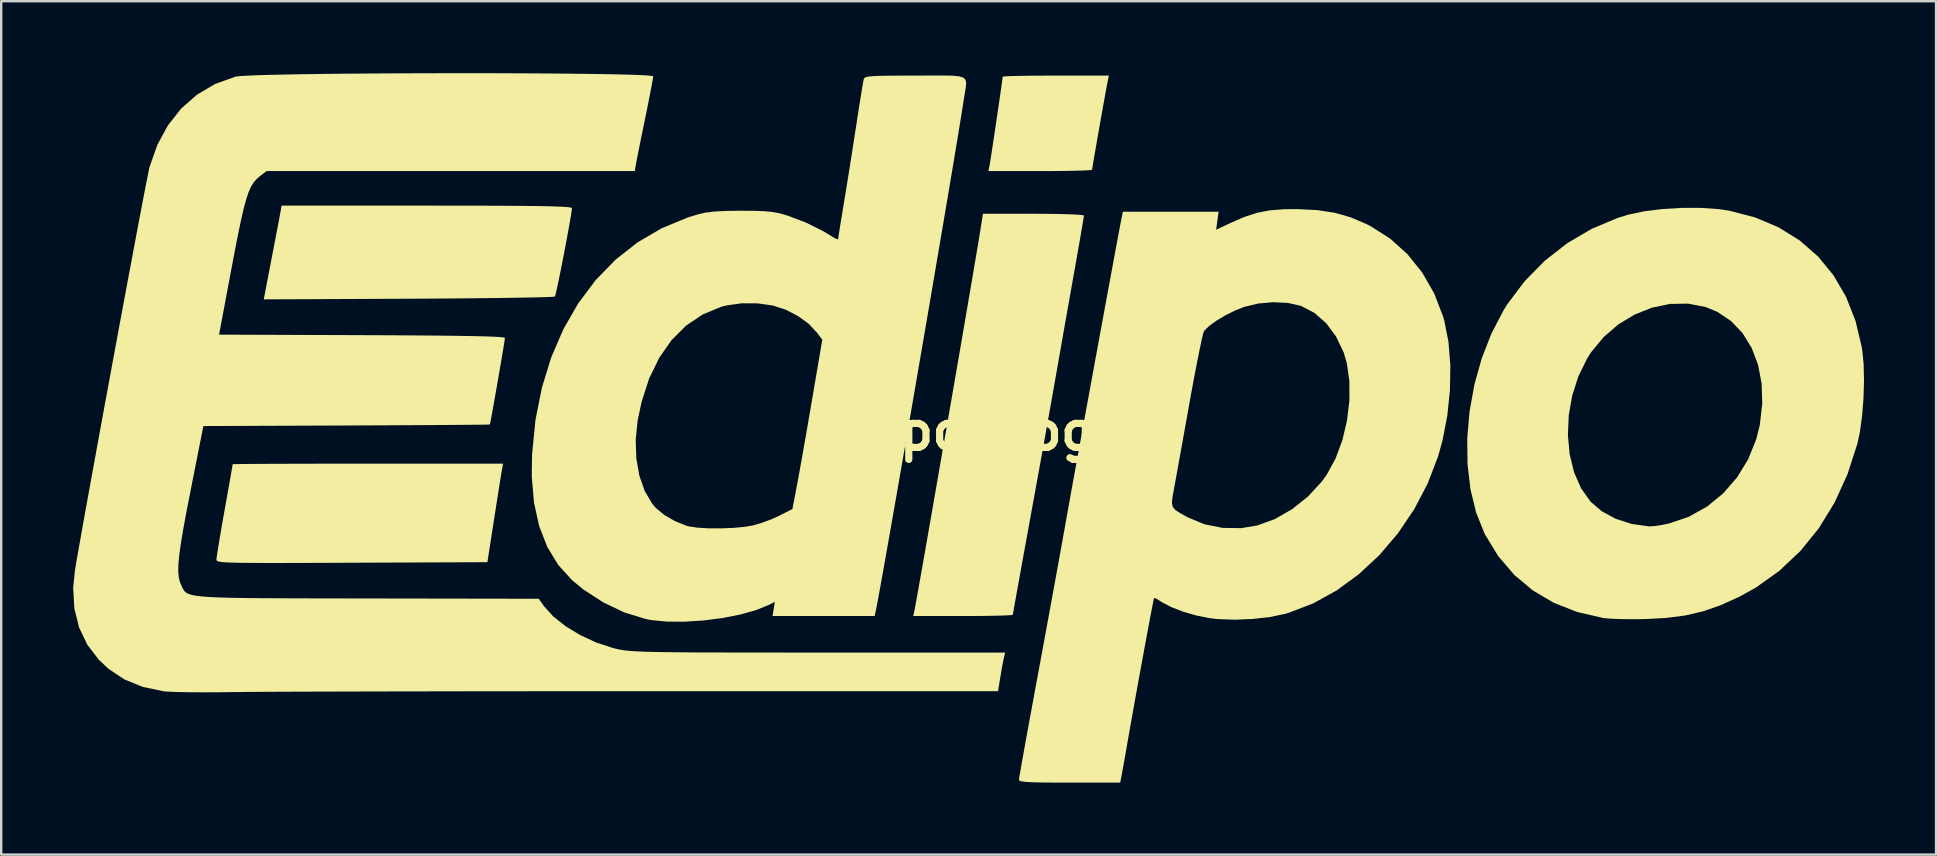
<source format=kicad_pcb>
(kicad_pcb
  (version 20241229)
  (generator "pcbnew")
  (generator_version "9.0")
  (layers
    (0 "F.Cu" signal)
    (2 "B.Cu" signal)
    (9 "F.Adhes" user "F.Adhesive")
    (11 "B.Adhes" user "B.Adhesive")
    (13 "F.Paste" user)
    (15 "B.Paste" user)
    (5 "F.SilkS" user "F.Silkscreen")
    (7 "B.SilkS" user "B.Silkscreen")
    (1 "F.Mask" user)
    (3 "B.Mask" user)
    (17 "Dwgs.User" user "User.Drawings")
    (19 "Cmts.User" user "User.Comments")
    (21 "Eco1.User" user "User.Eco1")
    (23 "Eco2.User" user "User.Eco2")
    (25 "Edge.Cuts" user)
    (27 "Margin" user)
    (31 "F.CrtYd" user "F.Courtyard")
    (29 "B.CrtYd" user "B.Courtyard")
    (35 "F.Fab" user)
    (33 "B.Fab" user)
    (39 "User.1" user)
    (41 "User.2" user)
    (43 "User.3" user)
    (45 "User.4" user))
  (footprint "Edipo2Logo"
    (layer "F.Cu")
    (at 37.465 14.917)
    (property "Reference" "Edipo2Logo" (at 0 0 0) (layer "F.SilkS") (effects (font (size 1.5 1.5) (thickness 0.3))))
    (attr board_only exclude_from_pos_files exclude_from_bom)
    (fp_poly (pts (xy 5.638 -14.541) (xy 5.602 -14.355) (xy 5.547 -14.051) (xy 5.476 -13.658) (xy 5.395 -13.206) (xy 5.31 -12.726) (xy 5.226 -12.246) (xy 5.147 -11.797) (xy 5.08 -11.408) (xy 5.029 -11.109) (xy 5 -10.929) (xy 4.995 -10.892) (xy 4.914 -10.877) (xy 4.687 -10.864) (xy 4.334 -10.853) (xy 3.88 -10.844) (xy 3.346 -10.839) (xy 2.835 -10.837) (xy 0.674 -10.837) (xy 0.716 -11.028) (xy 0.738 -11.155) (xy 0.779 -11.414) (xy 0.835 -11.776) (xy 0.9 -12.211) (xy 0.972 -12.689) (xy 1.044 -13.179) (xy 1.114 -13.652) (xy 1.175 -14.078) (xy 1.225 -14.426) (xy 1.258 -14.668) (xy 1.27 -14.772) (xy 1.27 -14.772) (xy 1.351 -14.784) (xy 1.579 -14.795) (xy 1.932 -14.804) (xy 2.388 -14.811) (xy 2.925 -14.815) (xy 3.482 -14.817) (xy 5.694 -14.817)) (stroke (width 0) (type solid)) (fill yes) (layer "F.SilkS"))
    (fp_poly (pts (xy -21.527 -9.397) (xy -20.484 -9.396) (xy -19.591 -9.392) (xy -18.839 -9.388) (xy -18.217 -9.381) (xy -17.715 -9.373) (xy -17.325 -9.362) (xy -17.036 -9.349) (xy -16.839 -9.334) (xy -16.724 -9.316) (xy -16.681 -9.296) (xy -16.68 -9.292) (xy -16.697 -9.149) (xy -16.74 -8.879) (xy -16.804 -8.511) (xy -16.883 -8.075) (xy -16.973 -7.601) (xy -17.066 -7.118) (xy -17.158 -6.656) (xy -17.242 -6.244) (xy -17.313 -5.913) (xy -17.365 -5.691) (xy -17.392 -5.609) (xy -17.485 -5.598) (xy -17.734 -5.587) (xy -18.125 -5.576) (xy -18.644 -5.566) (xy -19.278 -5.555) (xy -20.014 -5.546) (xy -20.837 -5.537) (xy -21.734 -5.529) (xy -22.692 -5.522) (xy -23.49 -5.518) (xy -29.524 -5.491) (xy -29.209 -7.127) (xy -29.108 -7.654) (xy -29.014 -8.145) (xy -28.933 -8.567) (xy -28.872 -8.888) (xy -28.837 -9.076) (xy -28.837 -9.081) (xy -28.779 -9.398) (xy -22.729 -9.398)) (stroke (width 0) (type solid)) (fill yes) (layer "F.SilkS"))
    (fp_poly (pts (xy -19.601 1.63) (xy -19.629 1.795) (xy -19.678 2.098) (xy -19.743 2.509) (xy -19.82 2.998) (xy -19.904 3.537) (xy -19.927 3.683) (xy -20.203 5.461) (xy -25.849 5.484) (xy -26.966 5.489) (xy -27.924 5.492) (xy -28.737 5.494) (xy -29.417 5.494) (xy -29.975 5.492) (xy -30.424 5.488) (xy -30.774 5.481) (xy -31.039 5.471) (xy -31.23 5.459) (xy -31.359 5.442) (xy -31.438 5.423) (xy -31.48 5.399) (xy -31.495 5.371) (xy -31.496 5.354) (xy -31.482 5.229) (xy -31.441 4.963) (xy -31.379 4.582) (xy -31.3 4.113) (xy -31.207 3.581) (xy -31.157 3.302) (xy -31.06 2.758) (xy -30.974 2.272) (xy -30.903 1.87) (xy -30.851 1.573) (xy -30.823 1.407) (xy -30.819 1.379) (xy -30.736 1.375) (xy -30.499 1.371) (xy -30.119 1.367) (xy -29.612 1.364) (xy -28.991 1.361) (xy -28.271 1.359) (xy -27.464 1.357) (xy -26.586 1.355) (xy -25.649 1.355) (xy -25.184 1.355) (xy -19.55 1.355)) (stroke (width 0) (type solid)) (fill yes) (layer "F.SilkS"))
    (fp_poly (pts (xy 3.129 -9.056) (xy 3.645 -9.049) (xy 4.079 -9.036) (xy 4.406 -9.02) (xy 4.605 -9.002) (xy 4.657 -8.985) (xy 4.642 -8.886) (xy 4.602 -8.642) (xy 4.539 -8.274) (xy 4.458 -7.804) (xy 4.361 -7.255) (xy 4.254 -6.647) (xy 4.229 -6.509) (xy 4.093 -5.741) (xy 3.942 -4.891) (xy 3.787 -4.013) (xy 3.637 -3.16) (xy 3.501 -2.388) (xy 3.431 -1.99) (xy 3.333 -1.432) (xy 3.209 -0.739) (xy 3.067 0.056) (xy 2.911 0.922) (xy 2.747 1.827) (xy 2.582 2.739) (xy 2.42 3.627) (xy 2.377 3.864) (xy 2.236 4.637) (xy 2.104 5.359) (xy 1.986 6.012) (xy 1.883 6.579) (xy 1.8 7.043) (xy 1.738 7.388) (xy 1.702 7.596) (xy 1.693 7.653) (xy 1.612 7.667) (xy 1.385 7.68) (xy 1.034 7.691) (xy 0.583 7.699) (xy 0.054 7.704) (xy -0.383 7.705) (xy -2.459 7.705) (xy -2.415 7.514) (xy -2.387 7.372) (xy -2.333 7.077) (xy -2.255 6.645) (xy -2.156 6.089) (xy -2.039 5.425) (xy -1.906 4.667) (xy -1.759 3.829) (xy -1.602 2.925) (xy -1.436 1.972) (xy -1.264 0.982) (xy -1.088 -0.029) (xy -0.912 -1.047) (xy -0.737 -2.057) (xy -0.567 -3.045) (xy -0.403 -3.996) (xy -0.249 -4.896) (xy -0.106 -5.73) (xy 0.023 -6.484) (xy 0.134 -7.142) (xy 0.227 -7.691) (xy 0.297 -8.116) (xy 0.344 -8.403) (xy 0.344 -8.403) (xy 0.447 -9.059) (xy 2.552 -9.059)) (stroke (width 0) (type solid)) (fill yes) (layer "F.SilkS"))
    (fp_poly (pts (xy 30.382 -9.303) (xy 31.123 -9.251) (xy 31.536 -9.19) (xy 32.622 -8.908) (xy 33.605 -8.492) (xy 34.48 -7.949) (xy 35.244 -7.283) (xy 35.889 -6.499) (xy 36.413 -5.603) (xy 36.809 -4.6) (xy 37.072 -3.495) (xy 37.092 -3.37) (xy 37.149 -2.791) (xy 37.165 -2.105) (xy 37.143 -1.369) (xy 37.085 -0.639) (xy 36.994 0.029) (xy 36.893 0.508) (xy 36.478 1.792) (xy 35.941 2.971) (xy 35.285 4.04) (xy 34.516 4.992) (xy 33.637 5.821) (xy 32.655 6.521) (xy 31.963 6.904) (xy 31.195 7.252) (xy 30.466 7.507) (xy 29.724 7.681) (xy 28.917 7.785) (xy 28.067 7.831) (xy 27.571 7.838) (xy 27.09 7.834) (xy 26.669 7.819) (xy 26.358 7.795) (xy 26.292 7.786) (xy 25.218 7.539) (xy 24.24 7.156) (xy 23.362 6.638) (xy 22.589 5.99) (xy 21.925 5.214) (xy 21.375 4.315) (xy 21.348 4.261) (xy 20.999 3.39) (xy 20.764 2.422) (xy 20.642 1.381) (xy 20.63 0.291) (xy 20.641 0.165) (xy 24.824 0.165) (xy 24.898 0.964) (xy 25.08 1.71) (xy 25.371 2.377) (xy 25.769 2.939) (xy 25.77 2.94) (xy 26.235 3.339) (xy 26.818 3.654) (xy 27.479 3.868) (xy 28.182 3.966) (xy 28.236 3.968) (xy 28.453 3.953) (xy 28.761 3.906) (xy 29.036 3.848) (xy 29.862 3.569) (xy 30.621 3.145) (xy 31.296 2.593) (xy 31.874 1.929) (xy 32.339 1.169) (xy 32.676 0.33) (xy 32.821 -0.254) (xy 32.924 -1.144) (xy 32.898 -1.987) (xy 32.748 -2.767) (xy 32.481 -3.471) (xy 32.105 -4.083) (xy 31.625 -4.588) (xy 31.049 -4.973) (xy 30.56 -5.173) (xy 29.831 -5.314) (xy 29.08 -5.302) (xy 28.329 -5.146) (xy 27.602 -4.857) (xy 26.922 -4.445) (xy 26.311 -3.918) (xy 25.792 -3.289) (xy 25.631 -3.037) (xy 25.263 -2.288) (xy 25.006 -1.487) (xy 24.86 -0.661) (xy 24.824 0.165) (xy 20.641 0.165) (xy 20.726 -0.823) (xy 20.927 -1.936) (xy 21.231 -3.024) (xy 21.635 -4.062) (xy 22.137 -5.026) (xy 22.306 -5.296) (xy 23.023 -6.249) (xy 23.859 -7.099) (xy 24.794 -7.83) (xy 25.81 -8.428) (xy 26.888 -8.881) (xy 27.347 -9.023) (xy 28.003 -9.161) (xy 28.765 -9.256) (xy 29.577 -9.304)) (stroke (width 0) (type solid)) (fill yes) (layer "F.SilkS"))
    (fp_poly (pts (xy -0.803 -14.812) (xy -0.536 -14.785) (xy -0.368 -14.731) (xy -0.279 -14.643) (xy -0.251 -14.511) (xy -0.267 -14.327) (xy -0.308 -14.082) (xy -0.345 -13.859) (xy -0.402 -13.489) (xy -0.484 -12.978) (xy -0.588 -12.341) (xy -0.713 -11.589) (xy -0.855 -10.737) (xy -1.013 -9.797) (xy -1.185 -8.781) (xy -1.368 -7.704) (xy -1.56 -6.577) (xy -1.758 -5.415) (xy -1.961 -4.229) (xy -2.167 -3.033) (xy -2.372 -1.84) (xy -2.575 -0.662) (xy -2.774 0.487) (xy -2.967 1.594) (xy -3.15 2.647) (xy -3.323 3.632) (xy -3.482 4.536) (xy -3.625 5.347) (xy -3.751 6.052) (xy -3.857 6.637) (xy -3.94 7.089) (xy -3.999 7.396) (xy -4.024 7.514) (xy -4.067 7.705) (xy -6.193 7.705) (xy -8.319 7.705) (xy -8.272 7.409) (xy -8.224 7.113) (xy -8.451 7.23) (xy -8.989 7.452) (xy -9.651 7.639) (xy -10.397 7.786) (xy -11.182 7.888) (xy -11.966 7.94) (xy -12.707 7.938) (xy -13.361 7.876) (xy -13.589 7.834) (xy -14.482 7.56) (xy -15.365 7.143) (xy -16.195 6.605) (xy -16.667 6.218) (xy -17.246 5.584) (xy -17.705 4.832) (xy -18.044 3.965) (xy -18.261 2.985) (xy -18.355 1.895) (xy -18.343 0.974) (xy -18.283 0.363) (xy -14.024 0.363) (xy -13.997 1.139) (xy -13.87 1.859) (xy -13.646 2.498) (xy -13.333 3.027) (xy -13.182 3.204) (xy -12.833 3.492) (xy -12.389 3.749) (xy -11.924 3.936) (xy -11.79 3.972) (xy -11.446 4.023) (xy -10.989 4.049) (xy -10.474 4.052) (xy -9.954 4.032) (xy -9.484 3.989) (xy -9.158 3.934) (xy -8.767 3.821) (xy -8.338 3.661) (xy -8.041 3.525) (xy -7.493 3.245) (xy -7.307 2.279) (xy -7.244 1.942) (xy -7.159 1.469) (xy -7.056 0.894) (xy -6.942 0.246) (xy -6.823 -0.442) (xy -6.703 -1.139) (xy -6.684 -1.25) (xy -6.247 -3.813) (xy -6.47 -4.105) (xy -6.811 -4.472) (xy -7.246 -4.788) (xy -7.751 -5.052) (xy -8.295 -5.231) (xy -8.929 -5.324) (xy -9.595 -5.328) (xy -10.235 -5.24) (xy -10.473 -5.178) (xy -11.241 -4.858) (xy -11.928 -4.393) (xy -12.531 -3.79) (xy -13.043 -3.056) (xy -13.461 -2.197) (xy -13.778 -1.22) (xy -13.943 -0.44) (xy -14.024 0.363) (xy -18.283 0.363) (xy -18.202 -0.457) (xy -17.933 -1.81) (xy -17.542 -3.078) (xy -17.035 -4.253) (xy -16.417 -5.327) (xy -15.693 -6.292) (xy -14.869 -7.14) (xy -13.95 -7.864) (xy -12.942 -8.455) (xy -11.849 -8.906) (xy -11.413 -9.039) (xy -11.113 -9.106) (xy -10.759 -9.15) (xy -10.314 -9.176) (xy -9.744 -9.185) (xy -9.61 -9.185) (xy -9.082 -9.181) (xy -8.682 -9.167) (xy -8.367 -9.138) (xy -8.096 -9.092) (xy -7.826 -9.022) (xy -7.705 -8.985) (xy -6.921 -8.689) (xy -6.174 -8.314) (xy -5.863 -8.123) (xy -5.69 -8.023) (xy -5.595 -7.992) (xy -5.588 -8.001) (xy -5.575 -8.1) (xy -5.538 -8.337) (xy -5.482 -8.687) (xy -5.411 -9.119) (xy -5.339 -9.554) (xy -5.242 -10.146) (xy -5.13 -10.842) (xy -5.013 -11.58) (xy -4.902 -12.296) (xy -4.826 -12.785) (xy -4.745 -13.315) (xy -4.669 -13.794) (xy -4.604 -14.196) (xy -4.554 -14.491) (xy -4.523 -14.653) (xy -4.519 -14.668) (xy -4.494 -14.714) (xy -4.436 -14.75) (xy -4.326 -14.776) (xy -4.142 -14.794) (xy -3.867 -14.806) (xy -3.479 -14.813) (xy -2.96 -14.816) (xy -2.365 -14.817) (xy -1.699 -14.819) (xy -1.184 -14.82)) (stroke (width 0) (type solid)) (fill yes) (layer "F.SilkS"))
    (fp_poly (pts (xy 14.378 -9.211) (xy 15.101 -9.102) (xy 15.767 -8.912) (xy 16.427 -8.631) (xy 16.593 -8.547) (xy 17.414 -8.026) (xy 18.139 -7.373) (xy 18.757 -6.603) (xy 19.256 -5.732) (xy 19.625 -4.773) (xy 19.673 -4.606) (xy 19.848 -3.723) (xy 19.926 -2.742) (xy 19.909 -1.703) (xy 19.799 -0.644) (xy 19.598 0.394) (xy 19.416 1.048) (xy 18.98 2.185) (xy 18.417 3.26) (xy 17.742 4.258) (xy 16.969 5.164) (xy 16.111 5.963) (xy 15.184 6.641) (xy 14.201 7.183) (xy 13.177 7.574) (xy 13.041 7.614) (xy 12.415 7.745) (xy 11.692 7.827) (xy 10.942 7.858) (xy 10.231 7.832) (xy 9.899 7.794) (xy 9.348 7.685) (xy 8.795 7.525) (xy 8.294 7.332) (xy 7.9 7.125) (xy 7.848 7.091) (xy 7.681 6.987) (xy 7.585 6.952) (xy 7.58 6.955) (xy 7.559 7.042) (xy 7.511 7.276) (xy 7.441 7.637) (xy 7.353 8.106) (xy 7.249 8.662) (xy 7.134 9.286) (xy 7.011 9.957) (xy 6.884 10.657) (xy 6.756 11.364) (xy 6.632 12.061) (xy 6.514 12.726) (xy 6.437 13.166) (xy 6.364 13.584) (xy 6.297 13.96) (xy 6.244 14.253) (xy 6.213 14.415) (xy 6.167 14.647) (xy 4.057 14.647) (xy 3.391 14.646) (xy 2.876 14.641) (xy 2.494 14.632) (xy 2.229 14.617) (xy 2.061 14.596) (xy 1.973 14.567) (xy 1.947 14.53) (xy 1.947 14.529) (xy 1.962 14.425) (xy 2.006 14.17) (xy 2.074 13.782) (xy 2.164 13.277) (xy 2.274 12.671) (xy 2.4 11.981) (xy 2.54 11.222) (xy 2.689 10.412) (xy 2.715 10.275) (xy 2.885 9.357) (xy 3.06 8.404) (xy 3.236 7.446) (xy 3.406 6.515) (xy 3.566 5.639) (xy 3.709 4.85) (xy 3.83 4.177) (xy 3.895 3.81) (xy 3.968 3.402) (xy 4.043 2.987) (xy 8.323 2.987) (xy 8.357 3.159) (xy 8.473 3.293) (xy 8.689 3.431) (xy 8.984 3.593) (xy 9.676 3.881) (xy 10.433 4.032) (xy 11.214 4.042) (xy 11.883 3.93) (xy 12.618 3.661) (xy 13.333 3.251) (xy 13.993 2.725) (xy 14.561 2.11) (xy 14.777 1.81) (xy 15.144 1.138) (xy 15.427 0.373) (xy 15.62 -0.446) (xy 15.719 -1.28) (xy 15.717 -2.091) (xy 15.61 -2.841) (xy 15.481 -3.278) (xy 15.164 -3.941) (xy 14.752 -4.498) (xy 14.261 -4.928) (xy 13.709 -5.215) (xy 13.683 -5.225) (xy 13.155 -5.343) (xy 12.546 -5.373) (xy 11.918 -5.318) (xy 11.334 -5.178) (xy 11.329 -5.177) (xy 10.942 -5.022) (xy 10.545 -4.822) (xy 10.176 -4.601) (xy 9.876 -4.385) (xy 9.683 -4.196) (xy 9.652 -4.148) (xy 9.614 -4.024) (xy 9.551 -3.753) (xy 9.468 -3.358) (xy 9.369 -2.859) (xy 9.257 -2.278) (xy 9.138 -1.636) (xy 9.059 -1.201) (xy 8.933 -0.495) (xy 8.809 0.194) (xy 8.693 0.839) (xy 8.589 1.414) (xy 8.503 1.889) (xy 8.44 2.238) (xy 8.419 2.353) (xy 8.35 2.732) (xy 8.323 2.987) (xy 4.043 2.987) (xy 4.064 2.87) (xy 4.179 2.232) (xy 4.311 1.505) (xy 4.457 0.703) (xy 4.614 -0.154) (xy 4.778 -1.053) (xy 4.947 -1.974) (xy 5.117 -2.903) (xy 5.286 -3.822) (xy 5.45 -4.716) (xy 5.607 -5.566) (xy 5.753 -6.358) (xy 5.886 -7.073) (xy 6.001 -7.697) (xy 6.097 -8.211) (xy 6.17 -8.6) (xy 6.218 -8.848) (xy 6.231 -8.911) (xy 6.279 -9.144) (xy 8.273 -9.144) (xy 10.268 -9.144) (xy 10.216 -8.768) (xy 10.165 -8.393) (xy 10.776 -8.681) (xy 11.353 -8.931) (xy 11.879 -9.101) (xy 12.41 -9.203) (xy 13.005 -9.248) (xy 13.547 -9.253)) (stroke (width 0) (type solid)) (fill yes) (layer "F.SilkS"))
    (fp_poly (pts (xy -19.808 -14.915) (xy -18.803 -14.911) (xy -17.841 -14.906) (xy -16.934 -14.899) (xy -16.097 -14.889) (xy -15.343 -14.878) (xy -14.687 -14.865) (xy -14.14 -14.85) (xy -13.718 -14.833) (xy -13.434 -14.814) (xy -13.301 -14.793) (xy -13.293 -14.786) (xy -13.309 -14.671) (xy -13.355 -14.417) (xy -13.425 -14.053) (xy -13.513 -13.606) (xy -13.615 -13.105) (xy -13.622 -13.072) (xy -13.729 -12.55) (xy -13.828 -12.065) (xy -13.911 -11.649) (xy -13.973 -11.335) (xy -14.007 -11.155) (xy -14.062 -10.837) (xy -21.734 -10.837) (xy -29.406 -10.837) (xy -29.68 -10.628) (xy -29.82 -10.508) (xy -29.943 -10.366) (xy -30.054 -10.186) (xy -30.158 -9.951) (xy -30.261 -9.642) (xy -30.367 -9.245) (xy -30.482 -8.741) (xy -30.612 -8.113) (xy -30.761 -7.345) (xy -30.858 -6.832) (xy -31.386 -4.022) (xy -25.43 -4) (xy -24.185 -3.995) (xy -23.102 -3.988) (xy -22.176 -3.98) (xy -21.398 -3.971) (xy -20.762 -3.96) (xy -20.261 -3.948) (xy -19.889 -3.933) (xy -19.639 -3.917) (xy -19.504 -3.899) (xy -19.473 -3.883) (xy -19.487 -3.777) (xy -19.525 -3.538) (xy -19.582 -3.194) (xy -19.653 -2.777) (xy -19.732 -2.316) (xy -19.815 -1.84) (xy -19.896 -1.379) (xy -19.97 -0.963) (xy -20.032 -0.621) (xy -20.077 -0.384) (xy -20.1 -0.28) (xy -20.101 -0.278) (xy -20.186 -0.274) (xy -20.427 -0.27) (xy -20.81 -0.266) (xy -21.322 -0.262) (xy -21.949 -0.257) (xy -22.677 -0.252) (xy -23.494 -0.248) (xy -24.385 -0.243) (xy -25.336 -0.239) (xy -26.079 -0.235) (xy -32.04 -0.212) (xy -32.568 2.455) (xy -32.739 3.332) (xy -32.874 4.061) (xy -32.974 4.659) (xy -33.042 5.142) (xy -33.079 5.529) (xy -33.087 5.835) (xy -33.067 6.079) (xy -33.021 6.277) (xy -32.956 6.435) (xy -32.913 6.525) (xy -32.871 6.605) (xy -32.822 6.675) (xy -32.753 6.734) (xy -32.654 6.785) (xy -32.514 6.828) (xy -32.324 6.863) (xy -32.071 6.892) (xy -31.746 6.915) (xy -31.338 6.932) (xy -30.835 6.946) (xy -30.228 6.955) (xy -29.505 6.962) (xy -28.657 6.966) (xy -27.671 6.969) (xy -26.538 6.971) (xy -25.246 6.973) (xy -25.195 6.973) (xy -18.065 6.985) (xy -17.843 7.297) (xy -17.462 7.72) (xy -16.948 8.128) (xy -16.338 8.498) (xy -15.669 8.808) (xy -14.978 9.036) (xy -14.879 9.06) (xy -14.755 9.089) (xy -14.627 9.114) (xy -14.484 9.136) (xy -14.315 9.155) (xy -14.108 9.171) (xy -13.854 9.184) (xy -13.54 9.195) (xy -13.156 9.205) (xy -12.69 9.212) (xy -12.131 9.217) (xy -11.468 9.222) (xy -10.69 9.224) (xy -9.786 9.226) (xy -8.744 9.227) (xy -7.554 9.228) (xy -6.404 9.228) (xy 1.373 9.229) (xy 1.326 9.419) (xy 1.288 9.596) (xy 1.236 9.88) (xy 1.179 10.211) (xy 1.177 10.223) (xy 1.076 10.837) (xy -13.757 10.837) (xy -15.369 10.838) (xy -16.958 10.838) (xy -18.514 10.839) (xy -20.027 10.841) (xy -21.486 10.842) (xy -22.882 10.845) (xy -24.202 10.847) (xy -25.438 10.85) (xy -26.579 10.853) (xy -27.614 10.856) (xy -28.533 10.859) (xy -29.325 10.863) (xy -29.981 10.867) (xy -30.489 10.871) (xy -30.839 10.875) (xy -30.868 10.875) (xy -31.506 10.883) (xy -32.118 10.884) (xy -32.675 10.88) (xy -33.146 10.871) (xy -33.503 10.857) (xy -33.697 10.841) (xy -34.564 10.659) (xy -35.326 10.349) (xy -35.994 9.905) (xy -36.391 9.534) (xy -36.876 8.9) (xy -37.219 8.182) (xy -37.417 7.39) (xy -37.465 6.537) (xy -37.392 5.798) (xy -37.325 5.403) (xy -37.233 4.879) (xy -37.119 4.239) (xy -36.987 3.498) (xy -36.837 2.671) (xy -36.673 1.77) (xy -36.498 0.811) (xy -36.315 -0.193) (xy -36.125 -1.227) (xy -35.931 -2.278) (xy -35.737 -3.331) (xy -35.544 -4.372) (xy -35.355 -5.387) (xy -35.173 -6.361) (xy -35.001 -7.281) (xy -34.841 -8.133) (xy -34.696 -8.902) (xy -34.568 -9.574) (xy -34.46 -10.135) (xy -34.374 -10.571) (xy -34.314 -10.868) (xy -34.283 -11.007) (xy -33.958 -11.93) (xy -33.515 -12.746) (xy -32.961 -13.447) (xy -32.304 -14.023) (xy -31.554 -14.466) (xy -30.717 -14.767) (xy -30.695 -14.773) (xy -30.528 -14.795) (xy -30.212 -14.814) (xy -29.762 -14.833) (xy -29.19 -14.849) (xy -28.511 -14.864) (xy -27.738 -14.877) (xy -26.884 -14.888) (xy -25.964 -14.897) (xy -24.991 -14.905) (xy -23.979 -14.91) (xy -22.941 -14.914) (xy -21.891 -14.916) (xy -20.842 -14.917)) (stroke (width 0) (type solid)) (fill yes) (layer "F.SilkS")))
  (gr_rect
    (start -3 -3)
    (end 77.631 32.564)
    (stroke (width 0.1) (type default))
    (fill no)
    (layer "Edge.Cuts")))
</source>
